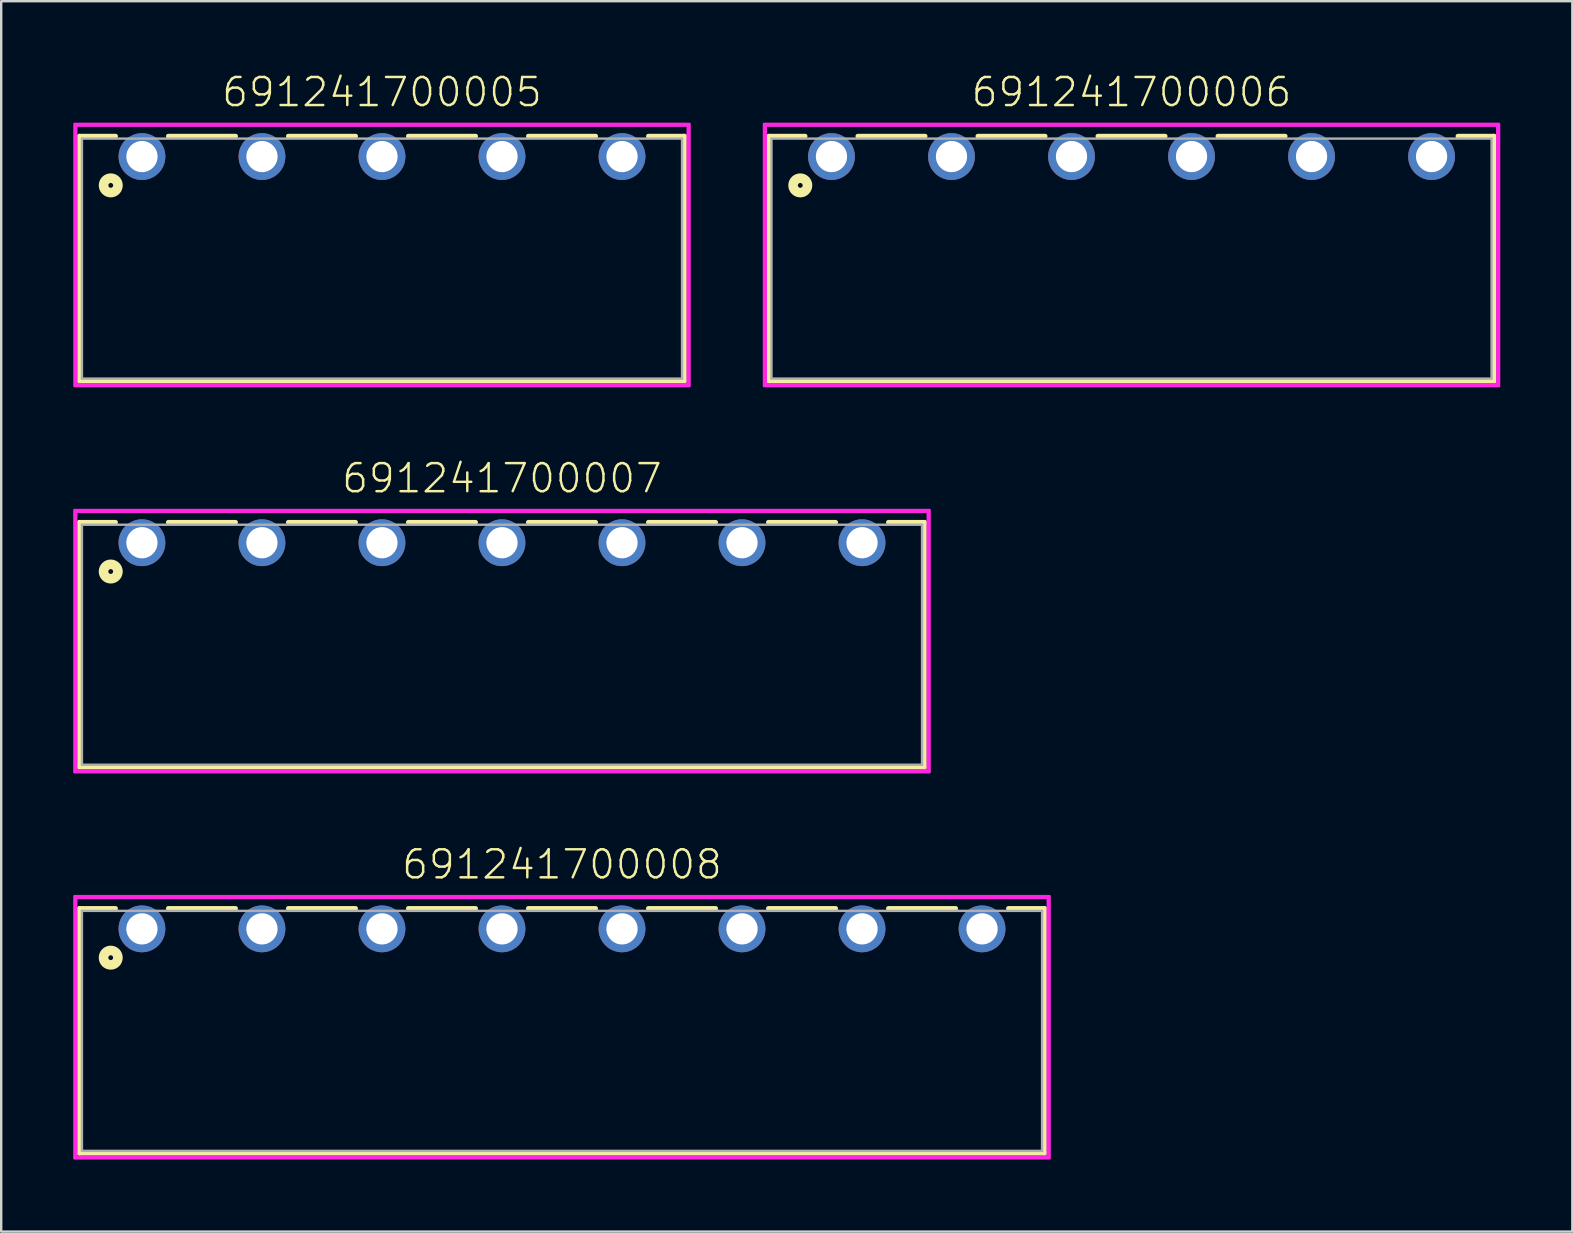
<source format=kicad_pcb>
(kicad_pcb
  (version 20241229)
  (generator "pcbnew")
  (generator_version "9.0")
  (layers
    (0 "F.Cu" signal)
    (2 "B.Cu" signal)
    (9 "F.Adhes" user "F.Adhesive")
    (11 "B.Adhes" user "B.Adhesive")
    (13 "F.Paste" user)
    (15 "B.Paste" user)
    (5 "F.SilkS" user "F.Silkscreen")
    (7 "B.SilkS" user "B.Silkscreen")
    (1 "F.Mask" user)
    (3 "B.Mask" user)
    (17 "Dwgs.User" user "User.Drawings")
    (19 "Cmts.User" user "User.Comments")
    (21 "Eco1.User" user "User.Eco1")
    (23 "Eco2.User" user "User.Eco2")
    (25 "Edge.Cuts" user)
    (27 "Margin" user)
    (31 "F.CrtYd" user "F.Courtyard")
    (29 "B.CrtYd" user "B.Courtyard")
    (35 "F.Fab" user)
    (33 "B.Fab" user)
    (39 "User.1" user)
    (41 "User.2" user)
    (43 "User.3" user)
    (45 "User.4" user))
  (footprint "691241700005"
    (layer "F.Cu")
    (at 12.864 3.473)
    (property "Reference" "691241700005" (at 0 -2 0) (unlocked yes) (layer "F.SilkS") (effects (font (size 1.168 1.168) (thickness 0.102)) (justify bottom)))
    (fp_line (start -12.6 -0.85) (end -11.1 -0.85) (stroke (width 0.2) (type solid)) (layer "F.SilkS"))
    (fp_line (start -12.6 9.35) (end -12.6 -0.85) (stroke (width 0.2) (type solid)) (layer "F.SilkS"))
    (fp_line (start -8.9 -0.85) (end -6.1 -0.85) (stroke (width 0.2) (type solid)) (layer "F.SilkS"))
    (fp_line (start -3.9 -0.85) (end -1.1 -0.85) (stroke (width 0.2) (type solid)) (layer "F.SilkS"))
    (fp_line (start 1.1 -0.85) (end 3.9 -0.85) (stroke (width 0.2) (type solid)) (layer "F.SilkS"))
    (fp_line (start 6.1 -0.85) (end 8.9 -0.85) (stroke (width 0.2) (type solid)) (layer "F.SilkS"))
    (fp_line (start 11.1 -0.85) (end 12.6 -0.85) (stroke (width 0.2) (type solid)) (layer "F.SilkS"))
    (fp_line (start 12.6 -0.85) (end 12.6 9.35) (stroke (width 0.2) (type solid)) (layer "F.SilkS"))
    (fp_line (start 12.6 9.35) (end -12.6 9.35) (stroke (width 0.2) (type solid)) (layer "F.SilkS"))
    (fp_circle (center -11.3 1.2) (end -11.2 1.2) (stroke (width 0.4) (type solid)) (fill no) (layer "F.SilkS"))
    (fp_line (start -12.75 -1.3) (end 12.75 -1.3) (stroke (width 0.127) (type solid)) (layer "F.CrtYd"))
    (fp_line (start -12.75 9.5) (end -12.75 -1.3) (stroke (width 0.127) (type solid)) (layer "F.CrtYd"))
    (fp_line (start 12.75 -1.3) (end 12.75 9.5) (stroke (width 0.127) (type solid)) (layer "F.CrtYd"))
    (fp_line (start 12.75 9.5) (end -12.75 9.5) (stroke (width 0.127) (type solid)) (layer "F.CrtYd"))
    (fp_poly (pts (xy 12.813 9.563) (xy -12.813 9.563) (xy -12.813 -1.363) (xy 12.813 -1.363)) (stroke (width 0.1) (type default)) (fill no) (layer "F.CrtYd"))
    (fp_line (start -12.5 -0.75) (end 12.5 -0.75) (stroke (width 0.1) (type solid)) (layer "F.Fab"))
    (fp_line (start -12.5 9.25) (end -12.5 -0.75) (stroke (width 0.1) (type solid)) (layer "F.Fab"))
    (fp_line (start 12.5 -0.75) (end 12.5 9.25) (stroke (width 0.1) (type solid)) (layer "F.Fab"))
    (fp_line (start 12.5 9.25) (end -12.5 9.25) (stroke (width 0.1) (type solid)) (layer "F.Fab"))
    (pad "1" thru_hole circle (at -10 0) (size 1.95 1.95) (drill 1.3) (layers "*.Cu" "*.Mask"))
    (pad "2" thru_hole circle (at -5 0) (size 1.95 1.95) (drill 1.3) (layers "*.Cu" "*.Mask"))
    (pad "3" thru_hole circle (at 0 0) (size 1.95 1.95) (drill 1.3) (layers "*.Cu" "*.Mask"))
    (pad "4" thru_hole circle (at 5 0) (size 1.95 1.95) (drill 1.3) (layers "*.Cu" "*.Mask"))
    (pad "5" thru_hole circle (at 10 0) (size 1.95 1.95) (drill 1.3) (layers "*.Cu" "*.Mask")))
  (footprint "691241700007"
    (layer "F.Cu")
    (at 17.863 19.56)
    (property "Reference" "691241700007" (at 0 -2 0) (unlocked yes) (layer "F.SilkS") (effects (font (size 1.168 1.168) (thickness 0.102)) (justify bottom)))
    (fp_line (start -17.6 -0.85) (end -16.1 -0.85) (stroke (width 0.2) (type solid)) (layer "F.SilkS"))
    (fp_line (start -17.6 9.35) (end -17.6 -0.85) (stroke (width 0.2) (type solid)) (layer "F.SilkS"))
    (fp_line (start -13.9 -0.85) (end -11.1 -0.85) (stroke (width 0.2) (type solid)) (layer "F.SilkS"))
    (fp_line (start -8.9 -0.85) (end -6.1 -0.85) (stroke (width 0.2) (type solid)) (layer "F.SilkS"))
    (fp_line (start -3.9 -0.85) (end -1.1 -0.85) (stroke (width 0.2) (type solid)) (layer "F.SilkS"))
    (fp_line (start 1.1 -0.85) (end 3.9 -0.85) (stroke (width 0.2) (type solid)) (layer "F.SilkS"))
    (fp_line (start 6.1 -0.85) (end 8.9 -0.85) (stroke (width 0.2) (type solid)) (layer "F.SilkS"))
    (fp_line (start 11.1 -0.85) (end 13.9 -0.85) (stroke (width 0.2) (type solid)) (layer "F.SilkS"))
    (fp_line (start 16.1 -0.85) (end 17.6 -0.85) (stroke (width 0.2) (type solid)) (layer "F.SilkS"))
    (fp_line (start 17.6 -0.85) (end 17.6 9.35) (stroke (width 0.2) (type solid)) (layer "F.SilkS"))
    (fp_line (start 17.6 9.35) (end -17.6 9.35) (stroke (width 0.2) (type solid)) (layer "F.SilkS"))
    (fp_circle (center -16.3 1.2) (end -16.2 1.2) (stroke (width 0.4) (type solid)) (fill no) (layer "F.SilkS"))
    (fp_line (start -17.75 -1.3) (end 17.75 -1.3) (stroke (width 0.127) (type solid)) (layer "F.CrtYd"))
    (fp_line (start -17.75 9.5) (end -17.75 -1.3) (stroke (width 0.127) (type solid)) (layer "F.CrtYd"))
    (fp_line (start 17.75 -1.3) (end 17.75 9.5) (stroke (width 0.127) (type solid)) (layer "F.CrtYd"))
    (fp_line (start 17.75 9.5) (end -17.75 9.5) (stroke (width 0.127) (type solid)) (layer "F.CrtYd"))
    (fp_poly (pts (xy 17.814 9.563) (xy -17.814 9.563) (xy -17.814 -1.363) (xy 17.814 -1.363)) (stroke (width 0.1) (type default)) (fill no) (layer "F.CrtYd"))
    (fp_line (start -17.5 -0.75) (end 17.5 -0.75) (stroke (width 0.1) (type solid)) (layer "F.Fab"))
    (fp_line (start -17.5 9.25) (end -17.5 -0.75) (stroke (width 0.1) (type solid)) (layer "F.Fab"))
    (fp_line (start 17.5 -0.75) (end 17.5 9.25) (stroke (width 0.1) (type solid)) (layer "F.Fab"))
    (fp_line (start 17.5 9.25) (end -17.5 9.25) (stroke (width 0.1) (type solid)) (layer "F.Fab"))
    (pad "1" thru_hole circle (at -15 0) (size 1.95 1.95) (drill 1.3) (layers "*.Cu" "*.Mask"))
    (pad "2" thru_hole circle (at -10 0) (size 1.95 1.95) (drill 1.3) (layers "*.Cu" "*.Mask"))
    (pad "3" thru_hole circle (at -5 0) (size 1.95 1.95) (drill 1.3) (layers "*.Cu" "*.Mask"))
    (pad "4" thru_hole circle (at 0 0) (size 1.95 1.95) (drill 1.3) (layers "*.Cu" "*.Mask"))
    (pad "5" thru_hole circle (at 5 0) (size 1.95 1.95) (drill 1.3) (layers "*.Cu" "*.Mask"))
    (pad "6" thru_hole circle (at 10 0) (size 1.95 1.95) (drill 1.3) (layers "*.Cu" "*.Mask"))
    (pad "7" thru_hole circle (at 15 0) (size 1.95 1.95) (drill 1.3) (layers "*.Cu" "*.Mask")))
  (footprint "691241700008"
    (layer "F.Cu")
    (at 20.363 35.647)
    (property "Reference" "691241700008" (at 0 -2 0) (unlocked yes) (layer "F.SilkS") (effects (font (size 1.168 1.168) (thickness 0.102)) (justify bottom)))
    (fp_line (start -20.1 -0.85) (end -18.6 -0.85) (stroke (width 0.2) (type solid)) (layer "F.SilkS"))
    (fp_line (start -20.1 9.35) (end -20.1 -0.85) (stroke (width 0.2) (type solid)) (layer "F.SilkS"))
    (fp_line (start -16.4 -0.85) (end -13.6 -0.85) (stroke (width 0.2) (type solid)) (layer "F.SilkS"))
    (fp_line (start -11.4 -0.85) (end -8.6 -0.85) (stroke (width 0.2) (type solid)) (layer "F.SilkS"))
    (fp_line (start -6.4 -0.85) (end -3.6 -0.85) (stroke (width 0.2) (type solid)) (layer "F.SilkS"))
    (fp_line (start -1.4 -0.85) (end 1.4 -0.85) (stroke (width 0.2) (type solid)) (layer "F.SilkS"))
    (fp_line (start 3.6 -0.85) (end 6.4 -0.85) (stroke (width 0.2) (type solid)) (layer "F.SilkS"))
    (fp_line (start 8.6 -0.85) (end 11.4 -0.85) (stroke (width 0.2) (type solid)) (layer "F.SilkS"))
    (fp_line (start 13.6 -0.85) (end 16.4 -0.85) (stroke (width 0.2) (type solid)) (layer "F.SilkS"))
    (fp_line (start 18.6 -0.85) (end 20.1 -0.85) (stroke (width 0.2) (type solid)) (layer "F.SilkS"))
    (fp_line (start 20.1 -0.85) (end 20.1 9.35) (stroke (width 0.2) (type solid)) (layer "F.SilkS"))
    (fp_line (start 20.1 9.35) (end -20.1 9.35) (stroke (width 0.2) (type solid)) (layer "F.SilkS"))
    (fp_circle (center -18.8 1.2) (end -18.7 1.2) (stroke (width 0.4) (type solid)) (fill no) (layer "F.SilkS"))
    (fp_line (start -20.25 -1.3) (end 20.25 -1.3) (stroke (width 0.127) (type solid)) (layer "F.CrtYd"))
    (fp_line (start -20.25 9.5) (end -20.25 -1.3) (stroke (width 0.127) (type solid)) (layer "F.CrtYd"))
    (fp_line (start 20.25 -1.3) (end 20.25 9.5) (stroke (width 0.127) (type solid)) (layer "F.CrtYd"))
    (fp_line (start 20.25 9.5) (end -20.25 9.5) (stroke (width 0.127) (type solid)) (layer "F.CrtYd"))
    (fp_poly (pts (xy 20.314 9.563) (xy -20.314 9.563) (xy -20.314 -1.363) (xy 20.314 -1.363)) (stroke (width 0.1) (type default)) (fill no) (layer "F.CrtYd"))
    (fp_line (start -20 -0.75) (end 20 -0.75) (stroke (width 0.1) (type solid)) (layer "F.Fab"))
    (fp_line (start -20 9.25) (end -20 -0.75) (stroke (width 0.1) (type solid)) (layer "F.Fab"))
    (fp_line (start 20 -0.75) (end 20 9.25) (stroke (width 0.1) (type solid)) (layer "F.Fab"))
    (fp_line (start 20 9.25) (end -20 9.25) (stroke (width 0.1) (type solid)) (layer "F.Fab"))
    (pad "1" thru_hole circle (at -17.5 0) (size 1.95 1.95) (drill 1.3) (layers "*.Cu" "*.Mask"))
    (pad "2" thru_hole circle (at -12.5 0) (size 1.95 1.95) (drill 1.3) (layers "*.Cu" "*.Mask"))
    (pad "3" thru_hole circle (at -7.5 0) (size 1.95 1.95) (drill 1.3) (layers "*.Cu" "*.Mask"))
    (pad "4" thru_hole circle (at -2.5 0) (size 1.95 1.95) (drill 1.3) (layers "*.Cu" "*.Mask"))
    (pad "5" thru_hole circle (at 2.5 0) (size 1.95 1.95) (drill 1.3) (layers "*.Cu" "*.Mask"))
    (pad "6" thru_hole circle (at 7.5 0) (size 1.95 1.95) (drill 1.3) (layers "*.Cu" "*.Mask"))
    (pad "7" thru_hole circle (at 12.5 0) (size 1.95 1.95) (drill 1.3) (layers "*.Cu" "*.Mask"))
    (pad "8" thru_hole circle (at 17.5 0) (size 1.95 1.95) (drill 1.3) (layers "*.Cu" "*.Mask")))
  (footprint "691241700006"
    (layer "F.Cu")
    (at 44.09 3.473)
    (property "Reference" "691241700006" (at 0 -2 0) (unlocked yes) (layer "F.SilkS") (effects (font (size 1.168 1.168) (thickness 0.102)) (justify bottom)))
    (fp_line (start -15.1 -0.85) (end -13.6 -0.85) (stroke (width 0.2) (type solid)) (layer "F.SilkS"))
    (fp_line (start -15.1 9.35) (end -15.1 -0.85) (stroke (width 0.2) (type solid)) (layer "F.SilkS"))
    (fp_line (start -11.4 -0.85) (end -8.6 -0.85) (stroke (width 0.2) (type solid)) (layer "F.SilkS"))
    (fp_line (start -6.4 -0.85) (end -3.6 -0.85) (stroke (width 0.2) (type solid)) (layer "F.SilkS"))
    (fp_line (start -1.4 -0.85) (end 1.4 -0.85) (stroke (width 0.2) (type solid)) (layer "F.SilkS"))
    (fp_line (start 3.6 -0.85) (end 6.4 -0.85) (stroke (width 0.2) (type solid)) (layer "F.SilkS"))
    (fp_line (start 13.6 -0.85) (end 15.1 -0.85) (stroke (width 0.2) (type solid)) (layer "F.SilkS"))
    (fp_line (start 15.1 -0.85) (end 15.1 9.35) (stroke (width 0.2) (type solid)) (layer "F.SilkS"))
    (fp_line (start 15.1 9.35) (end -15.1 9.35) (stroke (width 0.2) (type solid)) (layer "F.SilkS"))
    (fp_circle (center -13.8 1.2) (end -13.7 1.2) (stroke (width 0.4) (type solid)) (fill no) (layer "F.SilkS"))
    (fp_line (start -15.25 -1.3) (end 15.25 -1.3) (stroke (width 0.127) (type solid)) (layer "F.CrtYd"))
    (fp_line (start -15.25 9.5) (end -15.25 -1.3) (stroke (width 0.127) (type solid)) (layer "F.CrtYd"))
    (fp_line (start 15.25 -1.3) (end 15.25 9.5) (stroke (width 0.127) (type solid)) (layer "F.CrtYd"))
    (fp_line (start 15.25 9.5) (end -15.25 9.5) (stroke (width 0.127) (type solid)) (layer "F.CrtYd"))
    (fp_poly (pts (xy 15.313 9.563) (xy -15.313 9.563) (xy -15.313 -1.363) (xy 15.313 -1.363)) (stroke (width 0.1) (type default)) (fill no) (layer "F.CrtYd"))
    (fp_line (start -15 -0.75) (end 15 -0.75) (stroke (width 0.1) (type solid)) (layer "F.Fab"))
    (fp_line (start -15 9.25) (end -15 -0.75) (stroke (width 0.1) (type solid)) (layer "F.Fab"))
    (fp_line (start 15 -0.75) (end 15 9.25) (stroke (width 0.1) (type solid)) (layer "F.Fab"))
    (fp_line (start 15 9.25) (end -15 9.25) (stroke (width 0.1) (type solid)) (layer "F.Fab"))
    (pad "1" thru_hole circle (at -12.5 0) (size 1.95 1.95) (drill 1.3) (layers "*.Cu" "*.Mask"))
    (pad "2" thru_hole circle (at -7.5 0) (size 1.95 1.95) (drill 1.3) (layers "*.Cu" "*.Mask"))
    (pad "3" thru_hole circle (at -2.5 0) (size 1.95 1.95) (drill 1.3) (layers "*.Cu" "*.Mask"))
    (pad "4" thru_hole circle (at 2.5 0) (size 1.95 1.95) (drill 1.3) (layers "*.Cu" "*.Mask"))
    (pad "5" thru_hole circle (at 7.5 0) (size 1.95 1.95) (drill 1.3) (layers "*.Cu" "*.Mask"))
    (pad "6" thru_hole circle (at 12.5 0) (size 1.95 1.95) (drill 1.3) (layers "*.Cu" "*.Mask")))
  (gr_rect
    (start -3 -3)
    (end 62.454 48.26)
    (stroke (width 0.1) (type default))
    (fill no)
    (layer "Edge.Cuts")))
</source>
